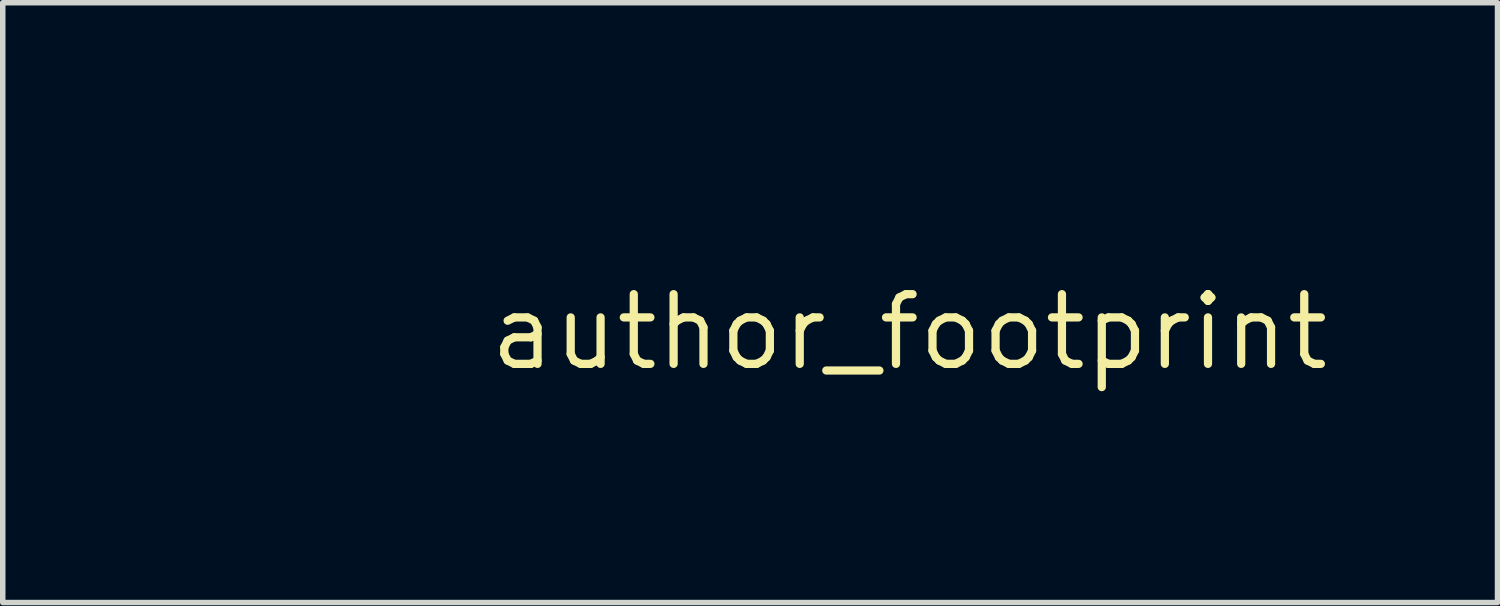
<source format=kicad_pcb>
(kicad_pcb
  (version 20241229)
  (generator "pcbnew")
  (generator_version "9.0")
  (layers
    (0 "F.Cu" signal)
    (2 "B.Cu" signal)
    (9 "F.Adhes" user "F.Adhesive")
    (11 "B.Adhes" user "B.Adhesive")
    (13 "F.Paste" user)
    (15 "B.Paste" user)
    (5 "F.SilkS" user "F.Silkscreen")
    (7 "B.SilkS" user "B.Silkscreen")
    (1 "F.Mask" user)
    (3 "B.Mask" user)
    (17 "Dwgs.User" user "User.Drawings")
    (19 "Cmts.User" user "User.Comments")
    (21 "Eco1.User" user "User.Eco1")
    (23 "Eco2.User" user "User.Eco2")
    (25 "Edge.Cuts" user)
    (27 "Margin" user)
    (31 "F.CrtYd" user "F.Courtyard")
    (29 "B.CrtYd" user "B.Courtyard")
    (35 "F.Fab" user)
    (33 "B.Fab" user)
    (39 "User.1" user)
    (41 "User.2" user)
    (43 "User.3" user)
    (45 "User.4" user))
  (footprint "author_footprint"
    (layer "F.Cu")
    (at 13.517 3)
    (property "Reference" "author_footprint" (at 0 0 0) (layer "F.SilkS") (effects (font (size 1.27 1.27) (thickness 0.15))))
    (attr through_hole)
    (fp_poly (pts (xy -5.44 -1.185) (xy -5.609 -1.185) (xy -5.609 -2.413) (xy -5.44 -2.413) (xy -5.44 -1.185)) (stroke (width 0.01) (type solid)) (fill yes) (layer "F.Mask"))
    (fp_poly (pts (xy -2.117 -1.185) (xy -2.307 -1.185) (xy -2.307 -2.413) (xy -2.117 -2.413) (xy -2.117 -1.185)) (stroke (width 0.01) (type solid)) (fill yes) (layer "F.Mask"))
    (fp_poly (pts (xy -2.172 -2.912) (xy -2.128 -2.874) (xy -2.098 -2.797) (xy -2.106 -2.714) (xy -2.117 -2.687) (xy -2.156 -2.653) (xy -2.211 -2.646) (xy -2.266 -2.665) (xy -2.295 -2.693) (xy -2.325 -2.766) (xy -2.316 -2.836) (xy -2.286 -2.879) (xy -2.228 -2.916) (xy -2.172 -2.912)) (stroke (width 0.01) (type solid)) (fill yes) (layer "F.Mask"))
    (fp_poly (pts (xy -5.492 -2.91) (xy -5.487 -2.909) (xy -5.431 -2.871) (xy -5.404 -2.815) (xy -5.404 -2.753) (xy -5.43 -2.698) (xy -5.48 -2.659) (xy -5.518 -2.65) (xy -5.574 -2.654) (xy -5.607 -2.684) (xy -5.608 -2.686) (xy -5.63 -2.758) (xy -5.625 -2.825) (xy -5.597 -2.879) (xy -5.551 -2.911) (xy -5.492 -2.91)) (stroke (width 0.01) (type solid)) (fill yes) (layer "F.Mask"))
    (fp_poly (pts (xy 1.714 1.714) (xy 1.968 1.714) (xy 1.968 1.884) (xy 1.27 1.884) (xy 1.27 1.714) (xy 1.545 1.714) (xy 1.545 0.572) (xy 1.333 0.572) (xy 1.333 0.495) (xy 1.339 0.441) (xy 1.362 0.414) (xy 1.379 0.408) (xy 1.424 0.391) (xy 1.487 0.362) (xy 1.517 0.346) (xy 1.583 0.316) (xy 1.643 0.299) (xy 1.663 0.296) (xy 1.714 0.296) (xy 1.714 1.714)) (stroke (width 0.01) (type solid)) (fill yes) (layer "F.Mask"))
    (fp_poly (pts (xy -2.233 -0.028) (xy -2.199 0.007) (xy -2.164 0.047) (xy -2.142 0.079) (xy -2.139 0.087) (xy -2.15 0.107) (xy -2.182 0.151) (xy -2.226 0.212) (xy -2.279 0.282) (xy -2.332 0.352) (xy -2.381 0.415) (xy -2.419 0.462) (xy -2.439 0.485) (xy -2.441 0.486) (xy -2.455 0.471) (xy -2.482 0.434) (xy -2.484 0.432) (xy -2.508 0.386) (xy -2.512 0.35) (xy -2.494 0.317) (xy -2.461 0.262) (xy -2.418 0.194) (xy -2.371 0.121) (xy -2.325 0.052) (xy -2.286 -0.003) (xy -2.26 -0.036) (xy -2.254 -0.042) (xy -2.233 -0.028)) (stroke (width 0.01) (type solid)) (fill yes) (layer "F.Mask"))
    (fp_poly (pts (xy -2.926 0.654) (xy -2.891 0.665) (xy -2.879 0.703) (xy -2.879 0.714) (xy -2.885 0.796) (xy -2.903 0.842) (xy -2.937 0.857) (xy -2.961 0.855) (xy -3.026 0.862) (xy -3.093 0.905) (xy -3.152 0.977) (xy -3.177 1.025) (xy -3.192 1.062) (xy -3.202 1.105) (xy -3.209 1.162) (xy -3.214 1.239) (xy -3.216 1.344) (xy -3.217 1.483) (xy -3.217 1.498) (xy -3.217 1.884) (xy -3.387 1.884) (xy -3.387 0.677) (xy -3.239 0.677) (xy -3.238 0.778) (xy -3.238 0.878) (xy -3.19 0.799) (xy -3.13 0.717) (xy -3.065 0.671) (xy -2.983 0.654) (xy -2.926 0.654)) (stroke (width 0.01) (type solid)) (fill yes) (layer "F.Mask"))
    (fp_poly (pts (xy -4.902 0.658) (xy -4.819 0.701) (xy -4.752 0.78) (xy -4.721 0.847) (xy -4.71 0.898) (xy -4.701 0.988) (xy -4.693 1.115) (xy -4.687 1.277) (xy -4.683 1.402) (xy -4.672 1.884) (xy -4.866 1.884) (xy -4.872 1.41) (xy -4.875 1.255) (xy -4.878 1.136) (xy -4.881 1.049) (xy -4.886 0.987) (xy -4.893 0.945) (xy -4.902 0.917) (xy -4.914 0.898) (xy -4.919 0.891) (xy -4.979 0.852) (xy -5.049 0.853) (xy -5.129 0.894) (xy -5.165 0.923) (xy -5.249 1) (xy -5.249 1.884) (xy -5.419 1.884) (xy -5.419 0.677) (xy -5.345 0.677) (xy -5.296 0.68) (xy -5.275 0.698) (xy -5.271 0.742) (xy -5.271 0.756) (xy -5.271 0.834) (xy -5.189 0.754) (xy -5.093 0.683) (xy -4.995 0.652) (xy -4.902 0.658)) (stroke (width 0.01) (type solid)) (fill yes) (layer "F.Mask"))
    (fp_poly (pts (xy -8.696 -2.984) (xy -8.695 -2.983) (xy -8.642 -2.966) (xy -8.62 -2.947) (xy -8.62 -2.912) (xy -8.623 -2.896) (xy -8.632 -2.843) (xy -8.636 -2.81) (xy -8.654 -2.799) (xy -8.701 -2.802) (xy -8.706 -2.802) (xy -8.771 -2.807) (xy -8.815 -2.789) (xy -8.844 -2.744) (xy -8.86 -2.665) (xy -8.866 -2.584) (xy -8.873 -2.413) (xy -8.678 -2.413) (xy -8.678 -2.223) (xy -8.869 -2.223) (xy -8.869 -1.185) (xy -9.038 -1.185) (xy -9.038 -2.223) (xy -9.102 -2.223) (xy -9.142 -2.226) (xy -9.16 -2.244) (xy -9.165 -2.289) (xy -9.165 -2.308) (xy -9.162 -2.363) (xy -9.146 -2.391) (xy -9.109 -2.404) (xy -9.102 -2.406) (xy -9.038 -2.418) (xy -9.038 -2.591) (xy -9.028 -2.738) (xy -8.998 -2.85) (xy -8.946 -2.929) (xy -8.871 -2.976) (xy -8.861 -2.979) (xy -8.779 -2.995) (xy -8.696 -2.984)) (stroke (width 0.01) (type solid)) (fill yes) (layer "F.Mask"))
    (fp_poly (pts (xy -6.086 -2.43) (xy -6.036 -2.412) (xy -5.991 -2.374) (xy -5.991 -2.374) (xy -5.959 -2.338) (xy -5.934 -2.297) (xy -5.916 -2.245) (xy -5.902 -2.178) (xy -5.893 -2.089) (xy -5.888 -1.973) (xy -5.885 -1.825) (xy -5.884 -1.667) (xy -5.884 -1.185) (xy -6.054 -1.185) (xy -6.054 -1.631) (xy -6.055 -1.805) (xy -6.058 -1.942) (xy -6.065 -2.046) (xy -6.077 -2.122) (xy -6.094 -2.174) (xy -6.117 -2.208) (xy -6.147 -2.228) (xy -6.167 -2.234) (xy -6.231 -2.24) (xy -6.291 -2.217) (xy -6.356 -2.163) (xy -6.38 -2.137) (xy -6.456 -2.053) (xy -6.456 -1.185) (xy -6.625 -1.185) (xy -6.625 -2.413) (xy -6.553 -2.413) (xy -6.505 -2.409) (xy -6.481 -2.387) (xy -6.468 -2.337) (xy -6.453 -2.262) (xy -6.36 -2.348) (xy -6.302 -2.397) (xy -6.255 -2.423) (xy -6.203 -2.433) (xy -6.158 -2.434) (xy -6.086 -2.43)) (stroke (width 0.01) (type solid)) (fill yes) (layer "F.Mask"))
    (fp_poly (pts (xy -4.36 -1.984) (xy -4.359 -1.848) (xy -4.356 -1.722) (xy -4.351 -1.613) (xy -4.346 -1.53) (xy -4.339 -1.48) (xy -4.338 -1.477) (xy -4.302 -1.4) (xy -4.249 -1.361) (xy -4.183 -1.359) (xy -4.11 -1.396) (xy -4.061 -1.44) (xy -3.979 -1.526) (xy -3.979 -2.413) (xy -3.788 -2.413) (xy -3.794 -1.804) (xy -3.799 -1.196) (xy -3.868 -1.189) (xy -3.912 -1.188) (xy -3.935 -1.204) (xy -3.947 -1.249) (xy -3.949 -1.266) (xy -3.963 -1.348) (xy -4.041 -1.264) (xy -4.096 -1.212) (xy -4.146 -1.184) (xy -4.212 -1.172) (xy -4.224 -1.171) (xy -4.307 -1.171) (xy -4.371 -1.19) (xy -4.396 -1.204) (xy -4.435 -1.234) (xy -4.465 -1.273) (xy -4.489 -1.326) (xy -4.506 -1.397) (xy -4.518 -1.492) (xy -4.525 -1.615) (xy -4.529 -1.771) (xy -4.53 -1.941) (xy -4.53 -2.413) (xy -4.36 -2.413) (xy -4.36 -1.984)) (stroke (width 0.01) (type solid)) (fill yes) (layer "F.Mask"))
    (fp_poly (pts (xy 0.735 -2.803) (xy 0.831 -2.759) (xy 0.912 -2.682) (xy 0.971 -2.573) (xy 0.982 -2.54) (xy 1.008 -2.415) (xy 1.009 -2.288) (xy 0.985 -2.154) (xy 0.934 -2.009) (xy 0.854 -1.847) (xy 0.744 -1.665) (xy 0.689 -1.582) (xy 0.55 -1.376) (xy 1.079 -1.376) (xy 1.079 -1.185) (xy 0.296 -1.185) (xy 0.296 -1.26) (xy 0.301 -1.297) (xy 0.317 -1.341) (xy 0.349 -1.398) (xy 0.399 -1.476) (xy 0.471 -1.579) (xy 0.487 -1.6) (xy 0.617 -1.791) (xy 0.718 -1.961) (xy 0.79 -2.107) (xy 0.831 -2.229) (xy 0.838 -2.267) (xy 0.84 -2.381) (xy 0.815 -2.48) (xy 0.768 -2.558) (xy 0.703 -2.609) (xy 0.631 -2.625) (xy 0.577 -2.611) (xy 0.512 -2.568) (xy 0.47 -2.531) (xy 0.37 -2.438) (xy 0.323 -2.504) (xy 0.276 -2.57) (xy 0.326 -2.634) (xy 0.42 -2.73) (xy 0.523 -2.789) (xy 0.631 -2.813) (xy 0.735 -2.803)) (stroke (width 0.01) (type solid)) (fill yes) (layer "F.Mask"))
    (fp_poly (pts (xy -2.731 -2.413) (xy -2.477 -2.413) (xy -2.477 -2.223) (xy -2.731 -2.223) (xy -2.729 -1.868) (xy -2.727 -1.718) (xy -2.722 -1.594) (xy -2.714 -1.5) (xy -2.704 -1.443) (xy -2.703 -1.439) (xy -2.684 -1.394) (xy -2.66 -1.373) (xy -2.616 -1.366) (xy -2.578 -1.366) (xy -2.518 -1.365) (xy -2.487 -1.355) (xy -2.473 -1.326) (xy -2.466 -1.295) (xy -2.462 -1.237) (xy -2.479 -1.201) (xy -2.525 -1.181) (xy -2.606 -1.17) (xy -2.608 -1.17) (xy -2.694 -1.17) (xy -2.752 -1.186) (xy -2.768 -1.196) (xy -2.806 -1.227) (xy -2.835 -1.262) (xy -2.857 -1.307) (xy -2.872 -1.368) (xy -2.883 -1.451) (xy -2.89 -1.561) (xy -2.894 -1.704) (xy -2.896 -1.794) (xy -2.904 -2.223) (xy -2.965 -2.223) (xy -3.005 -2.226) (xy -3.022 -2.245) (xy -3.027 -2.291) (xy -3.027 -2.306) (xy -3.024 -2.361) (xy -3.007 -2.388) (xy -2.966 -2.401) (xy -2.953 -2.404) (xy -2.879 -2.418) (xy -2.879 -2.752) (xy -2.731 -2.752) (xy -2.731 -2.413)) (stroke (width 0.01) (type solid)) (fill yes) (layer "F.Mask"))
    (fp_poly (pts (xy -1.098 -2.803) (xy -1.004 -2.762) (xy -0.998 -2.757) (xy -0.924 -2.679) (xy -0.868 -2.572) (xy -0.836 -2.445) (xy -0.831 -2.404) (xy -0.832 -2.279) (xy -0.856 -2.148) (xy -0.906 -2.007) (xy -0.983 -1.851) (xy -1.089 -1.675) (xy -1.154 -1.578) (xy -1.291 -1.376) (xy -0.762 -1.376) (xy -0.762 -1.185) (xy -1.545 -1.185) (xy -1.545 -1.26) (xy -1.54 -1.297) (xy -1.523 -1.342) (xy -1.491 -1.4) (xy -1.438 -1.478) (xy -1.364 -1.582) (xy -1.24 -1.761) (xy -1.14 -1.926) (xy -1.065 -2.073) (xy -1.017 -2.199) (xy -1 -2.283) (xy -1.002 -2.399) (xy -1.031 -2.498) (xy -1.083 -2.572) (xy -1.154 -2.615) (xy -1.212 -2.625) (xy -1.262 -2.614) (xy -1.318 -2.578) (xy -1.371 -2.529) (xy -1.421 -2.481) (xy -1.456 -2.448) (xy -1.47 -2.439) (xy -1.484 -2.458) (xy -1.514 -2.497) (xy -1.52 -2.506) (xy -1.566 -2.566) (xy -1.502 -2.647) (xy -1.415 -2.73) (xy -1.313 -2.785) (xy -1.204 -2.81) (xy -1.098 -2.803)) (stroke (width 0.01) (type solid)) (fill yes) (layer "F.Mask"))
    (fp_poly (pts (xy -3.323 -2.413) (xy -3.069 -2.413) (xy -3.069 -2.223) (xy -3.328 -2.223) (xy -3.319 -1.836) (xy -3.315 -1.68) (xy -3.31 -1.56) (xy -3.301 -1.474) (xy -3.288 -1.415) (xy -3.268 -1.379) (xy -3.24 -1.361) (xy -3.204 -1.357) (xy -3.164 -1.36) (xy -3.107 -1.365) (xy -3.078 -1.356) (xy -3.065 -1.326) (xy -3.059 -1.296) (xy -3.055 -1.24) (xy -3.065 -1.203) (xy -3.066 -1.201) (xy -3.107 -1.183) (xy -3.172 -1.172) (xy -3.246 -1.171) (xy -3.313 -1.179) (xy -3.344 -1.19) (xy -3.387 -1.226) (xy -3.429 -1.283) (xy -3.44 -1.302) (xy -3.454 -1.336) (xy -3.466 -1.375) (xy -3.474 -1.426) (xy -3.48 -1.495) (xy -3.484 -1.589) (xy -3.487 -1.715) (xy -3.489 -1.804) (xy -3.496 -2.223) (xy -3.558 -2.223) (xy -3.598 -2.226) (xy -3.615 -2.245) (xy -3.619 -2.291) (xy -3.619 -2.306) (xy -3.616 -2.361) (xy -3.6 -2.388) (xy -3.559 -2.401) (xy -3.546 -2.404) (xy -3.473 -2.417) (xy -3.467 -2.579) (xy -3.461 -2.741) (xy -3.392 -2.748) (xy -3.323 -2.754) (xy -3.323 -2.413)) (stroke (width 0.01) (type solid)) (fill yes) (layer "F.Mask"))
    (fp_poly (pts (xy -4.953 -2.413) (xy -4.699 -2.413) (xy -4.699 -2.223) (xy -4.956 -2.223) (xy -4.949 -1.824) (xy -4.946 -1.669) (xy -4.941 -1.552) (xy -4.934 -1.467) (xy -4.921 -1.411) (xy -4.902 -1.377) (xy -4.875 -1.361) (xy -4.838 -1.358) (xy -4.792 -1.362) (xy -4.737 -1.368) (xy -4.709 -1.359) (xy -4.697 -1.327) (xy -4.692 -1.296) (xy -4.688 -1.24) (xy -4.696 -1.202) (xy -4.699 -1.198) (xy -4.73 -1.186) (xy -4.788 -1.174) (xy -4.835 -1.169) (xy -4.905 -1.165) (xy -4.95 -1.173) (xy -4.987 -1.196) (xy -5.014 -1.221) (xy -5.049 -1.263) (xy -5.076 -1.31) (xy -5.096 -1.371) (xy -5.109 -1.449) (xy -5.117 -1.553) (xy -5.121 -1.687) (xy -5.122 -1.836) (xy -5.122 -2.223) (xy -5.186 -2.223) (xy -5.226 -2.226) (xy -5.245 -2.244) (xy -5.249 -2.289) (xy -5.249 -2.308) (xy -5.246 -2.363) (xy -5.23 -2.391) (xy -5.193 -2.404) (xy -5.188 -2.405) (xy -5.147 -2.42) (xy -5.122 -2.449) (xy -5.108 -2.501) (xy -5.102 -2.584) (xy -5.101 -2.63) (xy -5.101 -2.752) (xy -4.953 -2.752) (xy -4.953 -2.413)) (stroke (width 0.01) (type solid)) (fill yes) (layer "F.Mask"))
    (fp_poly (pts (xy -1.096 0.282) (xy -1.092 0.283) (xy -1.002 0.327) (xy -0.927 0.404) (xy -0.869 0.509) (xy -0.835 0.633) (xy -0.826 0.742) (xy -0.842 0.874) (xy -0.888 1.027) (xy -0.962 1.195) (xy -1.062 1.373) (xy -1.184 1.555) (xy -1.185 1.556) (xy -1.228 1.615) (xy -1.261 1.662) (xy -1.275 1.683) (xy -1.26 1.692) (xy -1.205 1.697) (xy -1.111 1.698) (xy -1.025 1.696) (xy -0.762 1.689) (xy -0.762 1.884) (xy -1.545 1.884) (xy -1.545 1.82) (xy -1.537 1.781) (xy -1.51 1.724) (xy -1.463 1.647) (xy -1.392 1.542) (xy -1.356 1.491) (xy -1.227 1.305) (xy -1.129 1.143) (xy -1.059 1.002) (xy -1.016 0.878) (xy -0.999 0.769) (xy -1.006 0.67) (xy -1.025 0.603) (xy -1.064 0.526) (xy -1.113 0.483) (xy -1.184 0.467) (xy -1.216 0.466) (xy -1.268 0.472) (xy -1.315 0.498) (xy -1.372 0.549) (xy -1.378 0.555) (xy -1.465 0.645) (xy -1.514 0.583) (xy -1.564 0.521) (xy -1.521 0.462) (xy -1.433 0.369) (xy -1.327 0.306) (xy -1.211 0.276) (xy -1.096 0.282)) (stroke (width 0.01) (type solid)) (fill yes) (layer "F.Mask"))
    (fp_poly (pts (xy -13.002 -2.424) (xy -12.904 -2.385) (xy -12.841 -2.332) (xy -12.817 -2.3) (xy -12.816 -2.27) (xy -12.837 -2.224) (xy -12.865 -2.176) (xy -12.892 -2.163) (xy -12.929 -2.183) (xy -12.954 -2.201) (xy -13.031 -2.238) (xy -13.111 -2.238) (xy -13.187 -2.202) (xy -13.253 -2.135) (xy -13.301 -2.04) (xy -13.301 -2.039) (xy -13.326 -1.925) (xy -13.334 -1.793) (xy -13.325 -1.662) (xy -13.301 -1.56) (xy -13.252 -1.462) (xy -13.186 -1.394) (xy -13.108 -1.36) (xy -13.026 -1.361) (xy -12.945 -1.401) (xy -12.937 -1.408) (xy -12.894 -1.441) (xy -12.865 -1.46) (xy -12.862 -1.46) (xy -12.845 -1.444) (xy -12.819 -1.402) (xy -12.815 -1.395) (xy -12.795 -1.348) (xy -12.798 -1.317) (xy -12.827 -1.279) (xy -12.831 -1.276) (xy -12.92 -1.208) (xy -13.028 -1.172) (xy -13.143 -1.168) (xy -13.24 -1.194) (xy -13.34 -1.26) (xy -13.418 -1.36) (xy -13.473 -1.493) (xy -13.505 -1.654) (xy -13.512 -1.799) (xy -13.504 -1.948) (xy -13.482 -2.07) (xy -13.441 -2.178) (xy -13.387 -2.27) (xy -13.31 -2.353) (xy -13.214 -2.408) (xy -13.108 -2.432) (xy -13.002 -2.424)) (stroke (width 0.01) (type solid)) (fill yes) (layer "F.Mask"))
    (fp_poly (pts (xy -7.102 -2.43) (xy -7.052 -2.412) (xy -7.007 -2.374) (xy -7.007 -2.374) (xy -6.975 -2.338) (xy -6.95 -2.297) (xy -6.932 -2.245) (xy -6.918 -2.178) (xy -6.909 -2.089) (xy -6.904 -1.973) (xy -6.901 -1.825) (xy -6.9 -1.667) (xy -6.9 -1.185) (xy -7.07 -1.185) (xy -7.07 -1.641) (xy -7.07 -1.802) (xy -7.072 -1.926) (xy -7.076 -2.019) (xy -7.082 -2.085) (xy -7.09 -2.13) (xy -7.101 -2.157) (xy -7.15 -2.221) (xy -7.211 -2.244) (xy -7.283 -2.226) (xy -7.365 -2.168) (xy -7.366 -2.167) (xy -7.451 -2.091) (xy -7.451 -1.185) (xy -7.536 -1.185) (xy -7.595 -1.192) (xy -7.629 -1.208) (xy -7.632 -1.212) (xy -7.634 -1.24) (xy -7.636 -1.304) (xy -7.637 -1.399) (xy -7.638 -1.519) (xy -7.637 -1.658) (xy -7.636 -1.811) (xy -7.636 -1.821) (xy -7.631 -2.402) (xy -7.569 -2.409) (xy -7.511 -2.403) (xy -7.48 -2.365) (xy -7.472 -2.31) (xy -7.47 -2.284) (xy -7.459 -2.279) (xy -7.431 -2.298) (xy -7.381 -2.343) (xy -7.377 -2.347) (xy -7.319 -2.397) (xy -7.273 -2.423) (xy -7.221 -2.433) (xy -7.174 -2.434) (xy -7.102 -2.43)) (stroke (width 0.01) (type solid)) (fill yes) (layer "F.Mask"))
    (fp_poly (pts (xy -3.662 1.884) (xy -3.736 1.884) (xy -3.788 1.878) (xy -3.814 1.855) (xy -3.823 1.829) (xy -3.836 1.775) (xy -3.892 1.828) (xy -3.988 1.896) (xy -4.09 1.922) (xy -4.196 1.907) (xy -4.224 1.896) (xy -4.316 1.834) (xy -4.388 1.735) (xy -4.438 1.603) (xy -4.467 1.439) (xy -4.473 1.321) (xy -4.29 1.321) (xy -4.283 1.442) (xy -4.262 1.546) (xy -4.242 1.598) (xy -4.182 1.68) (xy -4.109 1.722) (xy -4.029 1.725) (xy -3.946 1.687) (xy -3.911 1.657) (xy -3.852 1.601) (xy -3.852 0.934) (xy -3.914 0.89) (xy -4.002 0.848) (xy -4.084 0.847) (xy -4.159 0.886) (xy -4.223 0.965) (xy -4.238 0.993) (xy -4.268 1.083) (xy -4.285 1.197) (xy -4.29 1.321) (xy -4.473 1.321) (xy -4.474 1.302) (xy -4.465 1.13) (xy -4.436 0.99) (xy -4.384 0.871) (xy -4.306 0.768) (xy -4.296 0.757) (xy -4.233 0.697) (xy -4.177 0.664) (xy -4.113 0.653) (xy -4.024 0.656) (xy -4.022 0.656) (xy -3.97 0.671) (xy -3.911 0.704) (xy -3.903 0.71) (xy -3.838 0.759) (xy -3.848 0.443) (xy -3.858 0.127) (xy -3.662 0.127) (xy -3.662 1.884)) (stroke (width 0.01) (type solid)) (fill yes) (layer "F.Mask"))
    (fp_poly (pts (xy 0.766 0.294) (xy 0.861 0.35) (xy 0.936 0.439) (xy 0.986 0.558) (xy 1.008 0.672) (xy 1.008 0.806) (xy 0.979 0.95) (xy 0.92 1.108) (xy 0.829 1.282) (xy 0.705 1.478) (xy 0.688 1.503) (xy 0.639 1.576) (xy 0.598 1.636) (xy 0.572 1.675) (xy 0.567 1.683) (xy 0.581 1.692) (xy 0.636 1.697) (xy 0.731 1.698) (xy 0.817 1.696) (xy 1.079 1.689) (xy 1.079 1.884) (xy 0.296 1.884) (xy 0.296 1.813) (xy 0.306 1.76) (xy 0.336 1.697) (xy 0.393 1.614) (xy 0.401 1.603) (xy 0.485 1.488) (xy 0.569 1.366) (xy 0.647 1.246) (xy 0.714 1.137) (xy 0.763 1.047) (xy 0.781 1.01) (xy 0.825 0.874) (xy 0.839 0.744) (xy 0.824 0.629) (xy 0.78 0.535) (xy 0.762 0.512) (xy 0.709 0.477) (xy 0.633 0.466) (xy 0.631 0.466) (xy 0.574 0.471) (xy 0.529 0.491) (xy 0.479 0.534) (xy 0.461 0.552) (xy 0.412 0.601) (xy 0.38 0.621) (xy 0.356 0.618) (xy 0.347 0.612) (xy 0.304 0.567) (xy 0.293 0.523) (xy 0.316 0.471) (xy 0.352 0.426) (xy 0.435 0.344) (xy 0.518 0.296) (xy 0.613 0.276) (xy 0.652 0.275) (xy 0.766 0.294)) (stroke (width 0.01) (type solid)) (fill yes) (layer "F.Mask"))
    (fp_poly (pts (xy -5.78 1.042) (xy -5.735 1.219) (xy -5.693 1.383) (xy -5.656 1.53) (xy -5.624 1.656) (xy -5.598 1.755) (xy -5.581 1.823) (xy -5.572 1.856) (xy -5.571 1.857) (xy -5.58 1.875) (xy -5.625 1.883) (xy -5.658 1.884) (xy -5.753 1.884) (xy -5.81 1.64) (xy -5.866 1.397) (xy -6.285 1.397) (xy -6.307 1.476) (xy -6.322 1.537) (xy -6.343 1.621) (xy -6.364 1.712) (xy -6.366 1.72) (xy -6.403 1.884) (xy -6.495 1.884) (xy -6.556 1.879) (xy -6.579 1.866) (xy -6.578 1.857) (xy -6.571 1.832) (xy -6.555 1.769) (xy -6.531 1.675) (xy -6.5 1.554) (xy -6.463 1.41) (xy -6.422 1.249) (xy -6.411 1.206) (xy -6.245 1.206) (xy -5.912 1.206) (xy -5.989 0.869) (xy -6.015 0.755) (xy -6.039 0.656) (xy -6.059 0.579) (xy -6.073 0.531) (xy -6.078 0.519) (xy -6.088 0.531) (xy -6.102 0.576) (xy -6.116 0.64) (xy -6.135 0.731) (xy -6.158 0.839) (xy -6.18 0.931) (xy -6.201 1.017) (xy -6.219 1.093) (xy -6.231 1.145) (xy -6.232 1.148) (xy -6.245 1.206) (xy -6.411 1.206) (xy -6.378 1.074) (xy -6.37 1.042) (xy -6.17 0.254) (xy -6.075 0.254) (xy -5.979 0.254) (xy -5.78 1.042)) (stroke (width 0.01) (type solid)) (fill yes) (layer "F.Mask"))
    (fp_poly (pts (xy -12.186 -2.415) (xy -12.094 -2.374) (xy -12.077 -2.363) (xy -11.994 -2.274) (xy -11.931 -2.157) (xy -11.89 -2.018) (xy -11.869 -1.867) (xy -11.871 -1.71) (xy -11.895 -1.557) (xy -11.943 -1.416) (xy -12.003 -1.311) (xy -12.079 -1.236) (xy -12.177 -1.187) (xy -12.284 -1.167) (xy -12.389 -1.179) (xy -12.435 -1.197) (xy -12.512 -1.246) (xy -12.572 -1.309) (xy -12.625 -1.396) (xy -12.65 -1.446) (xy -12.677 -1.511) (xy -12.695 -1.568) (xy -12.704 -1.63) (xy -12.708 -1.71) (xy -12.709 -1.799) (xy -12.531 -1.799) (xy -12.522 -1.651) (xy -12.495 -1.535) (xy -12.447 -1.445) (xy -12.423 -1.416) (xy -12.351 -1.365) (xy -12.274 -1.354) (xy -12.199 -1.384) (xy -12.163 -1.415) (xy -12.105 -1.503) (xy -12.066 -1.617) (xy -12.047 -1.745) (xy -12.048 -1.878) (xy -12.07 -2.005) (xy -12.111 -2.114) (xy -12.163 -2.188) (xy -12.236 -2.236) (xy -12.315 -2.243) (xy -12.39 -2.211) (xy -12.423 -2.182) (xy -12.479 -2.101) (xy -12.514 -1.996) (xy -12.529 -1.86) (xy -12.531 -1.799) (xy -12.709 -1.799) (xy -12.707 -1.905) (xy -12.702 -1.982) (xy -12.69 -2.044) (xy -12.67 -2.103) (xy -12.648 -2.154) (xy -12.586 -2.265) (xy -12.511 -2.353) (xy -12.432 -2.41) (xy -12.391 -2.426) (xy -12.292 -2.434) (xy -12.186 -2.415)) (stroke (width 0.01) (type solid)) (fill yes) (layer "F.Mask"))
    (fp_poly (pts (xy -2.34 0.656) (xy -2.247 0.698) (xy -2.163 0.777) (xy -2.111 0.857) (xy -2.085 0.922) (xy -2.068 1.005) (xy -2.058 1.118) (xy -2.057 1.138) (xy -2.048 1.333) (xy -2.646 1.333) (xy -2.645 1.402) (xy -2.63 1.493) (xy -2.589 1.587) (xy -2.534 1.666) (xy -2.508 1.69) (xy -2.426 1.729) (xy -2.329 1.73) (xy -2.224 1.694) (xy -2.223 1.693) (xy -2.168 1.669) (xy -2.136 1.67) (xy -2.113 1.702) (xy -2.097 1.743) (xy -2.087 1.779) (xy -2.097 1.806) (xy -2.134 1.836) (xy -2.161 1.853) (xy -2.263 1.898) (xy -2.378 1.918) (xy -2.489 1.91) (xy -2.511 1.904) (xy -2.586 1.863) (xy -2.662 1.791) (xy -2.729 1.7) (xy -2.778 1.599) (xy -2.786 1.573) (xy -2.814 1.43) (xy -2.822 1.272) (xy -2.815 1.185) (xy -2.663 1.185) (xy -2.201 1.185) (xy -2.201 1.116) (xy -2.214 1.039) (xy -2.245 0.959) (xy -2.289 0.89) (xy -2.338 0.845) (xy -2.353 0.838) (xy -2.431 0.831) (xy -2.505 0.863) (xy -2.57 0.927) (xy -2.62 1.021) (xy -2.642 1.096) (xy -2.663 1.185) (xy -2.815 1.185) (xy -2.809 1.115) (xy -2.777 0.978) (xy -2.772 0.963) (xy -2.708 0.835) (xy -2.628 0.74) (xy -2.536 0.678) (xy -2.438 0.65) (xy -2.34 0.656)) (stroke (width 0.01) (type solid)) (fill yes) (layer "F.Mask"))
    (fp_poly (pts (xy -10.424 -2.421) (xy -10.334 -2.377) (xy -10.259 -2.295) (xy -10.226 -2.237) (xy -10.192 -2.145) (xy -10.167 -2.031) (xy -10.153 -1.913) (xy -10.154 -1.811) (xy -10.156 -1.797) (xy -10.165 -1.736) (xy -10.753 -1.736) (xy -10.752 -1.677) (xy -10.737 -1.596) (xy -10.698 -1.507) (xy -10.645 -1.43) (xy -10.615 -1.401) (xy -10.536 -1.363) (xy -10.442 -1.356) (xy -10.347 -1.379) (xy -10.313 -1.397) (xy -10.243 -1.44) (xy -10.214 -1.371) (xy -10.198 -1.316) (xy -10.208 -1.275) (xy -10.249 -1.24) (xy -10.319 -1.204) (xy -10.443 -1.169) (xy -10.57 -1.176) (xy -10.665 -1.21) (xy -10.767 -1.284) (xy -10.843 -1.391) (xy -10.893 -1.531) (xy -10.918 -1.704) (xy -10.919 -1.866) (xy -10.908 -1.953) (xy -10.752 -1.953) (xy -10.751 -1.931) (xy -10.74 -1.918) (xy -10.714 -1.91) (xy -10.663 -1.906) (xy -10.581 -1.905) (xy -10.53 -1.905) (xy -10.308 -1.905) (xy -10.309 -1.974) (xy -10.318 -2.037) (xy -10.341 -2.11) (xy -10.35 -2.133) (xy -10.403 -2.211) (xy -10.469 -2.252) (xy -10.544 -2.253) (xy -10.622 -2.214) (xy -10.634 -2.204) (xy -10.675 -2.154) (xy -10.714 -2.081) (xy -10.743 -2.006) (xy -10.752 -1.953) (xy -10.908 -1.953) (xy -10.898 -2.042) (xy -10.853 -2.187) (xy -10.785 -2.3) (xy -10.695 -2.379) (xy -10.584 -2.422) (xy -10.534 -2.429) (xy -10.424 -2.421)) (stroke (width 0.01) (type solid)) (fill yes) (layer "F.Mask"))
    (fp_poly (pts (xy -0.172 -2.808) (xy -0.083 -2.767) (xy -0.001 -2.689) (xy 0.062 -2.579) (xy 0.108 -2.433) (xy 0.136 -2.251) (xy 0.147 -2.032) (xy 0.147 -1.99) (xy 0.139 -1.764) (xy 0.114 -1.576) (xy 0.071 -1.424) (xy 0.011 -1.307) (xy -0.067 -1.224) (xy -0.083 -1.213) (xy -0.175 -1.174) (xy -0.277 -1.167) (xy -0.351 -1.185) (xy -0.413 -1.229) (xy -0.476 -1.306) (xy -0.532 -1.408) (xy -0.552 -1.455) (xy -0.571 -1.511) (xy -0.585 -1.57) (xy -0.595 -1.642) (xy -0.602 -1.735) (xy -0.607 -1.859) (xy -0.609 -1.905) (xy -0.61 -1.99) (xy -0.445 -1.99) (xy -0.44 -1.79) (xy -0.422 -1.63) (xy -0.392 -1.508) (xy -0.35 -1.423) (xy -0.333 -1.402) (xy -0.272 -1.363) (xy -0.205 -1.362) (xy -0.142 -1.398) (xy -0.122 -1.421) (xy -0.078 -1.509) (xy -0.046 -1.636) (xy -0.027 -1.802) (xy -0.022 -1.99) (xy -0.028 -2.193) (xy -0.048 -2.356) (xy -0.081 -2.48) (xy -0.128 -2.565) (xy -0.188 -2.611) (xy -0.225 -2.62) (xy -0.294 -2.609) (xy -0.35 -2.558) (xy -0.393 -2.468) (xy -0.423 -2.338) (xy -0.441 -2.169) (xy -0.445 -1.99) (xy -0.61 -1.99) (xy -0.611 -2.085) (xy -0.607 -2.232) (xy -0.594 -2.353) (xy -0.571 -2.456) (xy -0.538 -2.549) (xy -0.513 -2.603) (xy -0.444 -2.709) (xy -0.361 -2.779) (xy -0.269 -2.813) (xy -0.172 -2.808)) (stroke (width 0.01) (type solid)) (fill yes) (layer "F.Mask"))
    (fp_poly (pts (xy -11.301 -2.424) (xy -11.219 -2.398) (xy -11.154 -2.36) (xy -11.113 -2.316) (xy -11.103 -2.269) (xy -11.11 -2.251) (xy -11.144 -2.195) (xy -11.17 -2.173) (xy -11.201 -2.179) (xy -11.25 -2.21) (xy -11.334 -2.254) (xy -11.404 -2.26) (xy -11.467 -2.228) (xy -11.484 -2.213) (xy -11.529 -2.15) (xy -11.536 -2.088) (xy -11.504 -2.025) (xy -11.431 -1.959) (xy -11.318 -1.889) (xy -11.315 -1.888) (xy -11.239 -1.842) (xy -11.174 -1.796) (xy -11.132 -1.758) (xy -11.129 -1.755) (xy -11.083 -1.661) (xy -11.064 -1.55) (xy -11.071 -1.435) (xy -11.105 -1.332) (xy -11.128 -1.294) (xy -11.203 -1.225) (xy -11.301 -1.181) (xy -11.411 -1.165) (xy -11.518 -1.181) (xy -11.536 -1.188) (xy -11.584 -1.211) (xy -11.641 -1.246) (xy -11.695 -1.282) (xy -11.734 -1.314) (xy -11.747 -1.331) (xy -11.737 -1.356) (xy -11.712 -1.401) (xy -11.705 -1.414) (xy -11.662 -1.483) (xy -11.583 -1.42) (xy -11.487 -1.361) (xy -11.399 -1.341) (xy -11.321 -1.361) (xy -11.291 -1.382) (xy -11.246 -1.436) (xy -11.231 -1.501) (xy -11.231 -1.51) (xy -11.242 -1.577) (xy -11.278 -1.634) (xy -11.344 -1.687) (xy -11.43 -1.736) (xy -11.549 -1.808) (xy -11.631 -1.885) (xy -11.679 -1.974) (xy -11.686 -1.996) (xy -11.7 -2.114) (xy -11.68 -2.223) (xy -11.63 -2.316) (xy -11.556 -2.386) (xy -11.46 -2.427) (xy -11.392 -2.434) (xy -11.301 -2.424)) (stroke (width 0.01) (type solid)) (fill yes) (layer "F.Mask"))
    (fp_poly (pts (xy -9.805 -2.101) (xy -9.77 -1.974) (xy -9.734 -1.844) (xy -9.702 -1.724) (xy -9.676 -1.629) (xy -9.671 -1.61) (xy -9.624 -1.432) (xy -9.555 -1.727) (xy -9.525 -1.855) (xy -9.493 -1.989) (xy -9.464 -2.113) (xy -9.44 -2.213) (xy -9.439 -2.217) (xy -9.393 -2.413) (xy -9.308 -2.413) (xy -9.255 -2.411) (xy -9.234 -2.4) (xy -9.234 -2.37) (xy -9.238 -2.355) (xy -9.27 -2.224) (xy -9.307 -2.076) (xy -9.349 -1.917) (xy -9.393 -1.751) (xy -9.438 -1.584) (xy -9.482 -1.423) (xy -9.525 -1.272) (xy -9.563 -1.138) (xy -9.596 -1.027) (xy -9.622 -0.943) (xy -9.64 -0.894) (xy -9.643 -0.886) (xy -9.711 -0.781) (xy -9.791 -0.711) (xy -9.877 -0.679) (xy -9.902 -0.678) (xy -9.961 -0.682) (xy -10.004 -0.693) (xy -10.007 -0.695) (xy -10.026 -0.727) (xy -10.025 -0.743) (xy -10.013 -0.785) (xy -10.003 -0.83) (xy -9.985 -0.872) (xy -9.959 -0.875) (xy -9.893 -0.87) (xy -9.833 -0.906) (xy -9.778 -0.984) (xy -9.77 -0.999) (xy -9.74 -1.071) (xy -9.72 -1.137) (xy -9.716 -1.169) (xy -9.721 -1.205) (xy -9.738 -1.275) (xy -9.764 -1.374) (xy -9.798 -1.496) (xy -9.838 -1.634) (xy -9.882 -1.784) (xy -9.885 -1.793) (xy -9.929 -1.941) (xy -9.969 -2.076) (xy -10.003 -2.194) (xy -10.03 -2.288) (xy -10.047 -2.353) (xy -10.054 -2.383) (xy -10.054 -2.384) (xy -10.034 -2.406) (xy -9.975 -2.413) (xy -9.972 -2.413) (xy -9.891 -2.413) (xy -9.805 -2.101)) (stroke (width 0.01) (type solid)) (fill yes) (layer "F.Mask"))
    (fp_poly (pts (xy 1.7 -2.792) (xy 1.78 -2.752) (xy 1.846 -2.679) (xy 1.878 -2.622) (xy 1.93 -2.496) (xy 1.964 -2.348) (xy 1.982 -2.174) (xy 1.985 -1.966) (xy 1.983 -1.916) (xy 1.969 -1.702) (xy 1.94 -1.528) (xy 1.897 -1.389) (xy 1.839 -1.285) (xy 1.765 -1.214) (xy 1.735 -1.196) (xy 1.65 -1.17) (xy 1.555 -1.169) (xy 1.492 -1.184) (xy 1.415 -1.238) (xy 1.349 -1.328) (xy 1.294 -1.449) (xy 1.252 -1.595) (xy 1.225 -1.762) (xy 1.214 -1.944) (xy 1.216 -2.029) (xy 1.39 -2.029) (xy 1.391 -1.889) (xy 1.397 -1.758) (xy 1.408 -1.649) (xy 1.416 -1.603) (xy 1.449 -1.501) (xy 1.497 -1.422) (xy 1.553 -1.371) (xy 1.613 -1.352) (xy 1.671 -1.368) (xy 1.7 -1.393) (xy 1.737 -1.442) (xy 1.765 -1.5) (xy 1.784 -1.575) (xy 1.797 -1.672) (xy 1.805 -1.798) (xy 1.807 -1.958) (xy 1.808 -1.99) (xy 1.806 -2.156) (xy 1.8 -2.287) (xy 1.788 -2.388) (xy 1.77 -2.465) (xy 1.744 -2.526) (xy 1.709 -2.577) (xy 1.7 -2.587) (xy 1.645 -2.623) (xy 1.585 -2.623) (xy 1.526 -2.589) (xy 1.473 -2.525) (xy 1.432 -2.434) (xy 1.416 -2.376) (xy 1.402 -2.285) (xy 1.394 -2.165) (xy 1.39 -2.029) (xy 1.216 -2.029) (xy 1.219 -2.136) (xy 1.225 -2.194) (xy 1.246 -2.358) (xy 1.274 -2.487) (xy 1.311 -2.589) (xy 1.359 -2.672) (xy 1.397 -2.717) (xy 1.447 -2.768) (xy 1.489 -2.794) (xy 1.539 -2.803) (xy 1.595 -2.805) (xy 1.7 -2.792)) (stroke (width 0.01) (type solid)) (fill yes) (layer "F.Mask"))
    (fp_poly (pts (xy -8.114 -2.419) (xy -8.029 -2.37) (xy -7.963 -2.285) (xy -7.953 -2.265) (xy -7.938 -2.232) (xy -7.926 -2.198) (xy -7.917 -2.156) (xy -7.911 -2.1) (xy -7.906 -2.026) (xy -7.903 -1.925) (xy -7.9 -1.792) (xy -7.899 -1.677) (xy -7.892 -1.185) (xy -7.968 -1.185) (xy -8.018 -1.189) (xy -8.039 -1.206) (xy -8.043 -1.247) (xy -8.043 -1.249) (xy -8.043 -1.313) (xy -8.152 -1.239) (xy -8.262 -1.181) (xy -8.364 -1.164) (xy -8.46 -1.188) (xy -8.465 -1.191) (xy -8.536 -1.245) (xy -8.583 -1.324) (xy -8.607 -1.434) (xy -8.611 -1.479) (xy -8.609 -1.526) (xy -8.445 -1.526) (xy -8.432 -1.437) (xy -8.391 -1.381) (xy -8.322 -1.356) (xy -8.298 -1.355) (xy -8.233 -1.363) (xy -8.177 -1.394) (xy -8.14 -1.426) (xy -8.102 -1.464) (xy -8.079 -1.498) (xy -8.068 -1.54) (xy -8.065 -1.603) (xy -8.065 -1.657) (xy -8.065 -1.816) (xy -8.151 -1.796) (xy -8.278 -1.754) (xy -8.37 -1.693) (xy -8.427 -1.615) (xy -8.445 -1.526) (xy -8.609 -1.526) (xy -8.606 -1.61) (xy -8.571 -1.716) (xy -8.506 -1.802) (xy -8.405 -1.87) (xy -8.268 -1.923) (xy -8.204 -1.94) (xy -8.061 -1.975) (xy -8.074 -2.051) (xy -8.107 -2.15) (xy -8.163 -2.214) (xy -8.237 -2.241) (xy -8.325 -2.232) (xy -8.424 -2.183) (xy -8.425 -2.182) (xy -8.519 -2.119) (xy -8.548 -2.193) (xy -8.566 -2.245) (xy -8.563 -2.277) (xy -8.544 -2.304) (xy -8.474 -2.358) (xy -8.381 -2.402) (xy -8.281 -2.429) (xy -8.224 -2.434) (xy -8.114 -2.419)) (stroke (width 0.01) (type solid)) (fill yes) (layer "F.Mask"))
    (fp_poly (pts (xy -0.159 0.281) (xy -0.101 0.304) (xy -0.064 0.331) (xy 0.015 0.421) (xy 0.075 0.544) (xy 0.117 0.701) (xy 0.141 0.893) (xy 0.147 1.09) (xy 0.139 1.302) (xy 0.114 1.488) (xy 0.074 1.644) (xy 0.02 1.767) (xy -0.048 1.853) (xy -0.065 1.867) (xy -0.154 1.909) (xy -0.255 1.918) (xy -0.351 1.894) (xy -0.359 1.89) (xy -0.446 1.822) (xy -0.517 1.715) (xy -0.567 1.589) (xy -0.581 1.533) (xy -0.591 1.468) (xy -0.598 1.385) (xy -0.602 1.277) (xy -0.603 1.136) (xy -0.603 1.094) (xy -0.448 1.094) (xy -0.443 1.265) (xy -0.442 1.291) (xy -0.422 1.46) (xy -0.386 1.591) (xy -0.335 1.685) (xy -0.323 1.699) (xy -0.271 1.729) (xy -0.207 1.728) (xy -0.147 1.697) (xy -0.124 1.672) (xy -0.08 1.59) (xy -0.049 1.479) (xy -0.03 1.336) (xy -0.024 1.159) (xy -0.025 1.027) (xy -0.03 0.896) (xy -0.036 0.798) (xy -0.045 0.725) (xy -0.057 0.669) (xy -0.074 0.621) (xy -0.079 0.61) (xy -0.132 0.52) (xy -0.192 0.469) (xy -0.254 0.459) (xy -0.314 0.489) (xy -0.369 0.56) (xy -0.383 0.586) (xy -0.411 0.67) (xy -0.431 0.788) (xy -0.444 0.932) (xy -0.448 1.094) (xy -0.603 1.094) (xy -0.603 1.09) (xy -0.601 0.911) (xy -0.595 0.769) (xy -0.582 0.655) (xy -0.561 0.565) (xy -0.53 0.491) (xy -0.49 0.427) (xy -0.436 0.367) (xy -0.435 0.366) (xy -0.38 0.314) (xy -0.336 0.287) (xy -0.288 0.277) (xy -0.237 0.275) (xy -0.159 0.281)) (stroke (width 0.01) (type solid)) (fill yes) (layer "F.Mask")))
  (gr_rect
    (start -3 -3)
    (end 24.235 7.928)
    (stroke (width 0.1) (type default))
    (fill no)
    (layer "Edge.Cuts")))
</source>
